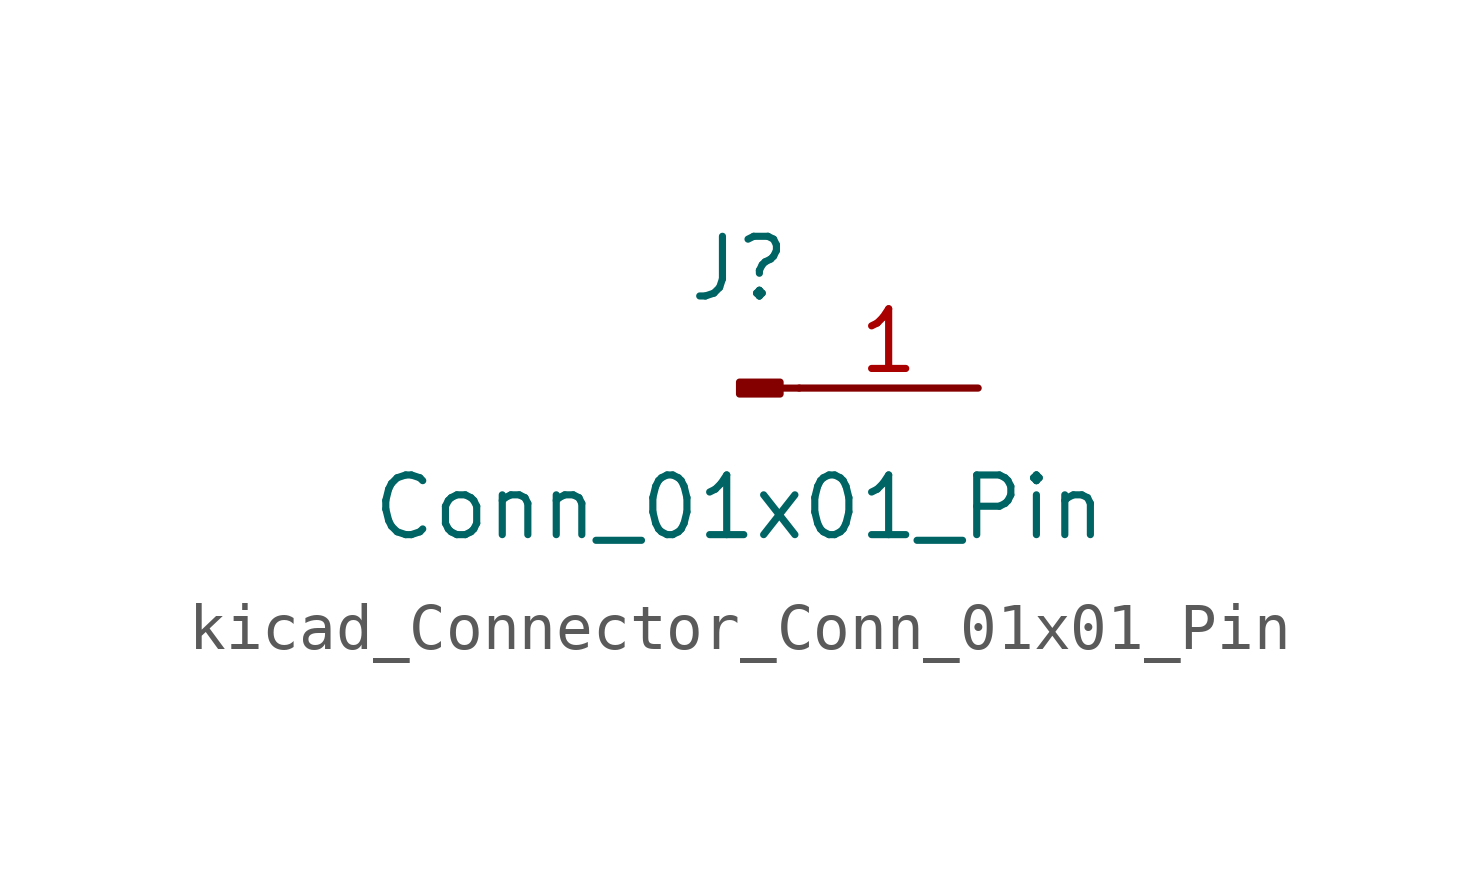
<source format=kicad_sym>
(kicad_symbol_lib
  (version 20220914)
  (generator kicad_symbol_editor)
  (symbol "kicad_Connector_Conn_01x01_Pin"
    (pin_names
      (offset 1.016) hide)
    (property "Reference" "J"
      (at 0 2.54 0)
      (effects (font (size 1.27 1.27))))
    (property "Value" "Conn_01x01_Pin"
      (at 0 -2.54 0)
      (effects (font (size 1.27 1.27))))
    (property "ki_locked" ""
      (at 0 0 0)
      (effects (font (size 1.27 1.27))))
    (symbol "kicad_Connector_Conn_01x01_Pin_1_1"
      (polyline (pts (xy 1.27 0) (xy 0.864 0)) (stroke (width 0.152) (type default)) (fill (type none)))
      (rectangle (start 0.864 0.127) (end 0 -0.127) (stroke (width 0.152) (type default)) (fill (type outline)))
      (pin passive line (at 5.08 0 180) (length 3.81) (name "Pin_1" (effects (font (size 1.27 1.27)))) (number "1" (effects (font (size 1.27 1.27))))))))
</source>
